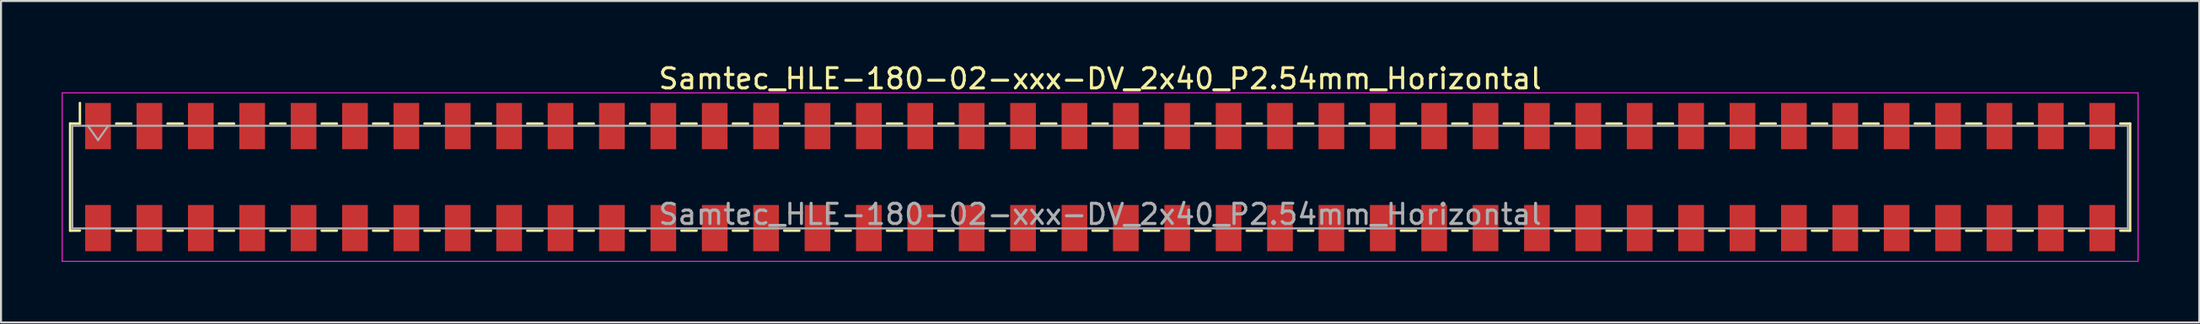
<source format=kicad_pcb>
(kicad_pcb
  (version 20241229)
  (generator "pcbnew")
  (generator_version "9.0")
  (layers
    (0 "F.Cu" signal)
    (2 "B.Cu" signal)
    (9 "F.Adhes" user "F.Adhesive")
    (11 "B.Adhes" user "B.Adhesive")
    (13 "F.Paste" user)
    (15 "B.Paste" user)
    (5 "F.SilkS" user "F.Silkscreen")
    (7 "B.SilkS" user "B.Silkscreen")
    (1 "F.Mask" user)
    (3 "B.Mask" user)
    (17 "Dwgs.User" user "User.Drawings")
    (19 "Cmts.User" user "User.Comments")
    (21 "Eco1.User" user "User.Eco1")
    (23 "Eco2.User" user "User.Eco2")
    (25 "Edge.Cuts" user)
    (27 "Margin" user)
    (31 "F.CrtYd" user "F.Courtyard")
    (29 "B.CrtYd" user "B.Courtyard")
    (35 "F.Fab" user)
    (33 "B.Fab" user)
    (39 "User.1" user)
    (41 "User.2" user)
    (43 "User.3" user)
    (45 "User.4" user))
  (footprint "Samtec_HLE-180-02-xxx-DV_2x40_P2.54mm_Horizontal"
    (layer "F.Cu")
    (at 51.325 5.718)
    (property "Reference" "Samtec_HLE-180-02-xxx-DV_2x40_P2.54mm_Horizontal" (at 0 -4.87 0) (layer "F.SilkS") (effects (font (size 1 1) (thickness 0.15))))
    (attr smd)
    (fp_line (start -50.91 -2.65) (end -50.91 2.65) (stroke (width 0.12) (type solid)) (layer "F.SilkS"))
    (fp_line (start -50.91 2.65) (end -50.425 2.65) (stroke (width 0.12) (type solid)) (layer "F.SilkS"))
    (fp_line (start -50.425 -3.67) (end -50.425 -2.65) (stroke (width 0.12) (type solid)) (layer "F.SilkS"))
    (fp_line (start -50.425 -2.65) (end -50.91 -2.65) (stroke (width 0.12) (type solid)) (layer "F.SilkS"))
    (fp_line (start -48.635 -2.65) (end -47.885 -2.65) (stroke (width 0.12) (type solid)) (layer "F.SilkS"))
    (fp_line (start -48.635 2.65) (end -47.885 2.65) (stroke (width 0.12) (type solid)) (layer "F.SilkS"))
    (fp_line (start -46.095 -2.65) (end -45.345 -2.65) (stroke (width 0.12) (type solid)) (layer "F.SilkS"))
    (fp_line (start -46.095 2.65) (end -45.345 2.65) (stroke (width 0.12) (type solid)) (layer "F.SilkS"))
    (fp_line (start -43.555 -2.65) (end -42.805 -2.65) (stroke (width 0.12) (type solid)) (layer "F.SilkS"))
    (fp_line (start -43.555 2.65) (end -42.805 2.65) (stroke (width 0.12) (type solid)) (layer "F.SilkS"))
    (fp_line (start -41.015 -2.65) (end -40.265 -2.65) (stroke (width 0.12) (type solid)) (layer "F.SilkS"))
    (fp_line (start -41.015 2.65) (end -40.265 2.65) (stroke (width 0.12) (type solid)) (layer "F.SilkS"))
    (fp_line (start -38.475 -2.65) (end -37.725 -2.65) (stroke (width 0.12) (type solid)) (layer "F.SilkS"))
    (fp_line (start -38.475 2.65) (end -37.725 2.65) (stroke (width 0.12) (type solid)) (layer "F.SilkS"))
    (fp_line (start -35.935 -2.65) (end -35.185 -2.65) (stroke (width 0.12) (type solid)) (layer "F.SilkS"))
    (fp_line (start -35.935 2.65) (end -35.185 2.65) (stroke (width 0.12) (type solid)) (layer "F.SilkS"))
    (fp_line (start -33.395 -2.65) (end -32.645 -2.65) (stroke (width 0.12) (type solid)) (layer "F.SilkS"))
    (fp_line (start -33.395 2.65) (end -32.645 2.65) (stroke (width 0.12) (type solid)) (layer "F.SilkS"))
    (fp_line (start -30.855 -2.65) (end -30.105 -2.65) (stroke (width 0.12) (type solid)) (layer "F.SilkS"))
    (fp_line (start -30.855 2.65) (end -30.105 2.65) (stroke (width 0.12) (type solid)) (layer "F.SilkS"))
    (fp_line (start -28.315 -2.65) (end -27.565 -2.65) (stroke (width 0.12) (type solid)) (layer "F.SilkS"))
    (fp_line (start -28.315 2.65) (end -27.565 2.65) (stroke (width 0.12) (type solid)) (layer "F.SilkS"))
    (fp_line (start -25.775 -2.65) (end -25.025 -2.65) (stroke (width 0.12) (type solid)) (layer "F.SilkS"))
    (fp_line (start -25.775 2.65) (end -25.025 2.65) (stroke (width 0.12) (type solid)) (layer "F.SilkS"))
    (fp_line (start -23.235 -2.65) (end -22.485 -2.65) (stroke (width 0.12) (type solid)) (layer "F.SilkS"))
    (fp_line (start -23.235 2.65) (end -22.485 2.65) (stroke (width 0.12) (type solid)) (layer "F.SilkS"))
    (fp_line (start -20.695 -2.65) (end -19.945 -2.65) (stroke (width 0.12) (type solid)) (layer "F.SilkS"))
    (fp_line (start -20.695 2.65) (end -19.945 2.65) (stroke (width 0.12) (type solid)) (layer "F.SilkS"))
    (fp_line (start -18.155 -2.65) (end -17.405 -2.65) (stroke (width 0.12) (type solid)) (layer "F.SilkS"))
    (fp_line (start -18.155 2.65) (end -17.405 2.65) (stroke (width 0.12) (type solid)) (layer "F.SilkS"))
    (fp_line (start -15.615 -2.65) (end -14.865 -2.65) (stroke (width 0.12) (type solid)) (layer "F.SilkS"))
    (fp_line (start -15.615 2.65) (end -14.865 2.65) (stroke (width 0.12) (type solid)) (layer "F.SilkS"))
    (fp_line (start -13.075 -2.65) (end -12.325 -2.65) (stroke (width 0.12) (type solid)) (layer "F.SilkS"))
    (fp_line (start -13.075 2.65) (end -12.325 2.65) (stroke (width 0.12) (type solid)) (layer "F.SilkS"))
    (fp_line (start -10.535 -2.65) (end -9.785 -2.65) (stroke (width 0.12) (type solid)) (layer "F.SilkS"))
    (fp_line (start -10.535 2.65) (end -9.785 2.65) (stroke (width 0.12) (type solid)) (layer "F.SilkS"))
    (fp_line (start -7.995 -2.65) (end -7.245 -2.65) (stroke (width 0.12) (type solid)) (layer "F.SilkS"))
    (fp_line (start -7.995 2.65) (end -7.245 2.65) (stroke (width 0.12) (type solid)) (layer "F.SilkS"))
    (fp_line (start -5.455 -2.65) (end -4.705 -2.65) (stroke (width 0.12) (type solid)) (layer "F.SilkS"))
    (fp_line (start -5.455 2.65) (end -4.705 2.65) (stroke (width 0.12) (type solid)) (layer "F.SilkS"))
    (fp_line (start -2.915 -2.65) (end -2.165 -2.65) (stroke (width 0.12) (type solid)) (layer "F.SilkS"))
    (fp_line (start -2.915 2.65) (end -2.165 2.65) (stroke (width 0.12) (type solid)) (layer "F.SilkS"))
    (fp_line (start -0.375 -2.65) (end 0.375 -2.65) (stroke (width 0.12) (type solid)) (layer "F.SilkS"))
    (fp_line (start -0.375 2.65) (end 0.375 2.65) (stroke (width 0.12) (type solid)) (layer "F.SilkS"))
    (fp_line (start 2.165 -2.65) (end 2.915 -2.65) (stroke (width 0.12) (type solid)) (layer "F.SilkS"))
    (fp_line (start 2.165 2.65) (end 2.915 2.65) (stroke (width 0.12) (type solid)) (layer "F.SilkS"))
    (fp_line (start 4.705 -2.65) (end 5.455 -2.65) (stroke (width 0.12) (type solid)) (layer "F.SilkS"))
    (fp_line (start 4.705 2.65) (end 5.455 2.65) (stroke (width 0.12) (type solid)) (layer "F.SilkS"))
    (fp_line (start 7.245 -2.65) (end 7.995 -2.65) (stroke (width 0.12) (type solid)) (layer "F.SilkS"))
    (fp_line (start 7.245 2.65) (end 7.995 2.65) (stroke (width 0.12) (type solid)) (layer "F.SilkS"))
    (fp_line (start 9.785 -2.65) (end 10.535 -2.65) (stroke (width 0.12) (type solid)) (layer "F.SilkS"))
    (fp_line (start 9.785 2.65) (end 10.535 2.65) (stroke (width 0.12) (type solid)) (layer "F.SilkS"))
    (fp_line (start 12.325 -2.65) (end 13.075 -2.65) (stroke (width 0.12) (type solid)) (layer "F.SilkS"))
    (fp_line (start 12.325 2.65) (end 13.075 2.65) (stroke (width 0.12) (type solid)) (layer "F.SilkS"))
    (fp_line (start 14.865 -2.65) (end 15.615 -2.65) (stroke (width 0.12) (type solid)) (layer "F.SilkS"))
    (fp_line (start 14.865 2.65) (end 15.615 2.65) (stroke (width 0.12) (type solid)) (layer "F.SilkS"))
    (fp_line (start 17.405 -2.65) (end 18.155 -2.65) (stroke (width 0.12) (type solid)) (layer "F.SilkS"))
    (fp_line (start 17.405 2.65) (end 18.155 2.65) (stroke (width 0.12) (type solid)) (layer "F.SilkS"))
    (fp_line (start 19.945 -2.65) (end 20.695 -2.65) (stroke (width 0.12) (type solid)) (layer "F.SilkS"))
    (fp_line (start 19.945 2.65) (end 20.695 2.65) (stroke (width 0.12) (type solid)) (layer "F.SilkS"))
    (fp_line (start 22.485 -2.65) (end 23.235 -2.65) (stroke (width 0.12) (type solid)) (layer "F.SilkS"))
    (fp_line (start 22.485 2.65) (end 23.235 2.65) (stroke (width 0.12) (type solid)) (layer "F.SilkS"))
    (fp_line (start 25.025 -2.65) (end 25.775 -2.65) (stroke (width 0.12) (type solid)) (layer "F.SilkS"))
    (fp_line (start 25.025 2.65) (end 25.775 2.65) (stroke (width 0.12) (type solid)) (layer "F.SilkS"))
    (fp_line (start 27.565 -2.65) (end 28.315 -2.65) (stroke (width 0.12) (type solid)) (layer "F.SilkS"))
    (fp_line (start 27.565 2.65) (end 28.315 2.65) (stroke (width 0.12) (type solid)) (layer "F.SilkS"))
    (fp_line (start 30.105 -2.65) (end 30.855 -2.65) (stroke (width 0.12) (type solid)) (layer "F.SilkS"))
    (fp_line (start 30.105 2.65) (end 30.855 2.65) (stroke (width 0.12) (type solid)) (layer "F.SilkS"))
    (fp_line (start 32.645 -2.65) (end 33.395 -2.65) (stroke (width 0.12) (type solid)) (layer "F.SilkS"))
    (fp_line (start 32.645 2.65) (end 33.395 2.65) (stroke (width 0.12) (type solid)) (layer "F.SilkS"))
    (fp_line (start 35.185 -2.65) (end 35.935 -2.65) (stroke (width 0.12) (type solid)) (layer "F.SilkS"))
    (fp_line (start 35.185 2.65) (end 35.935 2.65) (stroke (width 0.12) (type solid)) (layer "F.SilkS"))
    (fp_line (start 37.725 -2.65) (end 38.475 -2.65) (stroke (width 0.12) (type solid)) (layer "F.SilkS"))
    (fp_line (start 37.725 2.65) (end 38.475 2.65) (stroke (width 0.12) (type solid)) (layer "F.SilkS"))
    (fp_line (start 40.265 -2.65) (end 41.015 -2.65) (stroke (width 0.12) (type solid)) (layer "F.SilkS"))
    (fp_line (start 40.265 2.65) (end 41.015 2.65) (stroke (width 0.12) (type solid)) (layer "F.SilkS"))
    (fp_line (start 42.805 -2.65) (end 43.555 -2.65) (stroke (width 0.12) (type solid)) (layer "F.SilkS"))
    (fp_line (start 42.805 2.65) (end 43.555 2.65) (stroke (width 0.12) (type solid)) (layer "F.SilkS"))
    (fp_line (start 45.345 -2.65) (end 46.095 -2.65) (stroke (width 0.12) (type solid)) (layer "F.SilkS"))
    (fp_line (start 45.345 2.65) (end 46.095 2.65) (stroke (width 0.12) (type solid)) (layer "F.SilkS"))
    (fp_line (start 47.885 -2.65) (end 48.635 -2.65) (stroke (width 0.12) (type solid)) (layer "F.SilkS"))
    (fp_line (start 47.885 2.65) (end 48.635 2.65) (stroke (width 0.12) (type solid)) (layer "F.SilkS"))
    (fp_line (start 50.425 -2.65) (end 50.91 -2.65) (stroke (width 0.12) (type solid)) (layer "F.SilkS"))
    (fp_line (start 50.91 -2.65) (end 50.91 2.65) (stroke (width 0.12) (type solid)) (layer "F.SilkS"))
    (fp_line (start 50.91 2.65) (end 50.425 2.65) (stroke (width 0.12) (type solid)) (layer "F.SilkS"))
    (fp_line (start -51.3 -4.17) (end 51.3 -4.17) (stroke (width 0.05) (type solid)) (layer "F.CrtYd"))
    (fp_line (start -51.3 4.17) (end -51.3 -4.17) (stroke (width 0.05) (type solid)) (layer "F.CrtYd"))
    (fp_line (start 51.3 -4.17) (end 51.3 4.17) (stroke (width 0.05) (type solid)) (layer "F.CrtYd"))
    (fp_line (start 51.3 4.17) (end -51.3 4.17) (stroke (width 0.05) (type solid)) (layer "F.CrtYd"))
    (fp_line (start -50.8 -2.54) (end 50.8 -2.54) (stroke (width 0.1) (type solid)) (layer "F.Fab"))
    (fp_line (start -50.8 2.54) (end -50.8 -2.54) (stroke (width 0.1) (type solid)) (layer "F.Fab"))
    (fp_line (start -50.03 -2.54) (end -49.53 -1.833) (stroke (width 0.1) (type solid)) (layer "F.Fab"))
    (fp_line (start -49.53 -1.833) (end -49.03 -2.54) (stroke (width 0.1) (type solid)) (layer "F.Fab"))
    (fp_line (start 50.8 -2.54) (end 50.8 2.54) (stroke (width 0.1) (type solid)) (layer "F.Fab"))
    (fp_line (start 50.8 2.54) (end -50.8 2.54) (stroke (width 0.1) (type solid)) (layer "F.Fab"))
    (fp_text user "${REFERENCE}" (at 0 1.84 0) (layer "F.Fab") (effects (font (size 1 1) (thickness 0.15))))
    (pad "1" smd rect (at -49.53 -2.525) (size 1.27 2.29) (layers "F.Cu" "F.Mask" "F.Paste"))
    (pad "2" smd rect (at -49.53 2.525) (size 1.27 2.29) (layers "F.Cu" "F.Mask" "F.Paste"))
    (pad "3" smd rect (at -46.99 -2.525) (size 1.27 2.29) (layers "F.Cu" "F.Mask" "F.Paste"))
    (pad "4" smd rect (at -46.99 2.525) (size 1.27 2.29) (layers "F.Cu" "F.Mask" "F.Paste"))
    (pad "5" smd rect (at -44.45 -2.525) (size 1.27 2.29) (layers "F.Cu" "F.Mask" "F.Paste"))
    (pad "6" smd rect (at -44.45 2.525) (size 1.27 2.29) (layers "F.Cu" "F.Mask" "F.Paste"))
    (pad "7" smd rect (at -41.91 -2.525) (size 1.27 2.29) (layers "F.Cu" "F.Mask" "F.Paste"))
    (pad "8" smd rect (at -41.91 2.525) (size 1.27 2.29) (layers "F.Cu" "F.Mask" "F.Paste"))
    (pad "9" smd rect (at -39.37 -2.525) (size 1.27 2.29) (layers "F.Cu" "F.Mask" "F.Paste"))
    (pad "10" smd rect (at -39.37 2.525) (size 1.27 2.29) (layers "F.Cu" "F.Mask" "F.Paste"))
    (pad "11" smd rect (at -36.83 -2.525) (size 1.27 2.29) (layers "F.Cu" "F.Mask" "F.Paste"))
    (pad "12" smd rect (at -36.83 2.525) (size 1.27 2.29) (layers "F.Cu" "F.Mask" "F.Paste"))
    (pad "13" smd rect (at -34.29 -2.525) (size 1.27 2.29) (layers "F.Cu" "F.Mask" "F.Paste"))
    (pad "14" smd rect (at -34.29 2.525) (size 1.27 2.29) (layers "F.Cu" "F.Mask" "F.Paste"))
    (pad "15" smd rect (at -31.75 -2.525) (size 1.27 2.29) (layers "F.Cu" "F.Mask" "F.Paste"))
    (pad "16" smd rect (at -31.75 2.525) (size 1.27 2.29) (layers "F.Cu" "F.Mask" "F.Paste"))
    (pad "17" smd rect (at -29.21 -2.525) (size 1.27 2.29) (layers "F.Cu" "F.Mask" "F.Paste"))
    (pad "18" smd rect (at -29.21 2.525) (size 1.27 2.29) (layers "F.Cu" "F.Mask" "F.Paste"))
    (pad "19" smd rect (at -26.67 -2.525) (size 1.27 2.29) (layers "F.Cu" "F.Mask" "F.Paste"))
    (pad "20" smd rect (at -26.67 2.525) (size 1.27 2.29) (layers "F.Cu" "F.Mask" "F.Paste"))
    (pad "21" smd rect (at -24.13 -2.525) (size 1.27 2.29) (layers "F.Cu" "F.Mask" "F.Paste"))
    (pad "22" smd rect (at -24.13 2.525) (size 1.27 2.29) (layers "F.Cu" "F.Mask" "F.Paste"))
    (pad "23" smd rect (at -21.59 -2.525) (size 1.27 2.29) (layers "F.Cu" "F.Mask" "F.Paste"))
    (pad "24" smd rect (at -21.59 2.525) (size 1.27 2.29) (layers "F.Cu" "F.Mask" "F.Paste"))
    (pad "25" smd rect (at -19.05 -2.525) (size 1.27 2.29) (layers "F.Cu" "F.Mask" "F.Paste"))
    (pad "26" smd rect (at -19.05 2.525) (size 1.27 2.29) (layers "F.Cu" "F.Mask" "F.Paste"))
    (pad "27" smd rect (at -16.51 -2.525) (size 1.27 2.29) (layers "F.Cu" "F.Mask" "F.Paste"))
    (pad "28" smd rect (at -16.51 2.525) (size 1.27 2.29) (layers "F.Cu" "F.Mask" "F.Paste"))
    (pad "29" smd rect (at -13.97 -2.525) (size 1.27 2.29) (layers "F.Cu" "F.Mask" "F.Paste"))
    (pad "30" smd rect (at -13.97 2.525) (size 1.27 2.29) (layers "F.Cu" "F.Mask" "F.Paste"))
    (pad "31" smd rect (at -11.43 -2.525) (size 1.27 2.29) (layers "F.Cu" "F.Mask" "F.Paste"))
    (pad "32" smd rect (at -11.43 2.525) (size 1.27 2.29) (layers "F.Cu" "F.Mask" "F.Paste"))
    (pad "33" smd rect (at -8.89 -2.525) (size 1.27 2.29) (layers "F.Cu" "F.Mask" "F.Paste"))
    (pad "34" smd rect (at -8.89 2.525) (size 1.27 2.29) (layers "F.Cu" "F.Mask" "F.Paste"))
    (pad "35" smd rect (at -6.35 -2.525) (size 1.27 2.29) (layers "F.Cu" "F.Mask" "F.Paste"))
    (pad "36" smd rect (at -6.35 2.525) (size 1.27 2.29) (layers "F.Cu" "F.Mask" "F.Paste"))
    (pad "37" smd rect (at -3.81 -2.525) (size 1.27 2.29) (layers "F.Cu" "F.Mask" "F.Paste"))
    (pad "38" smd rect (at -3.81 2.525) (size 1.27 2.29) (layers "F.Cu" "F.Mask" "F.Paste"))
    (pad "39" smd rect (at -1.27 -2.525) (size 1.27 2.29) (layers "F.Cu" "F.Mask" "F.Paste"))
    (pad "40" smd rect (at -1.27 2.525) (size 1.27 2.29) (layers "F.Cu" "F.Mask" "F.Paste"))
    (pad "41" smd rect (at 1.27 -2.525) (size 1.27 2.29) (layers "F.Cu" "F.Mask" "F.Paste"))
    (pad "42" smd rect (at 1.27 2.525) (size 1.27 2.29) (layers "F.Cu" "F.Mask" "F.Paste"))
    (pad "43" smd rect (at 3.81 -2.525) (size 1.27 2.29) (layers "F.Cu" "F.Mask" "F.Paste"))
    (pad "44" smd rect (at 3.81 2.525) (size 1.27 2.29) (layers "F.Cu" "F.Mask" "F.Paste"))
    (pad "45" smd rect (at 6.35 -2.525) (size 1.27 2.29) (layers "F.Cu" "F.Mask" "F.Paste"))
    (pad "46" smd rect (at 6.35 2.525) (size 1.27 2.29) (layers "F.Cu" "F.Mask" "F.Paste"))
    (pad "47" smd rect (at 8.89 -2.525) (size 1.27 2.29) (layers "F.Cu" "F.Mask" "F.Paste"))
    (pad "48" smd rect (at 8.89 2.525) (size 1.27 2.29) (layers "F.Cu" "F.Mask" "F.Paste"))
    (pad "49" smd rect (at 11.43 -2.525) (size 1.27 2.29) (layers "F.Cu" "F.Mask" "F.Paste"))
    (pad "50" smd rect (at 11.43 2.525) (size 1.27 2.29) (layers "F.Cu" "F.Mask" "F.Paste"))
    (pad "51" smd rect (at 13.97 -2.525) (size 1.27 2.29) (layers "F.Cu" "F.Mask" "F.Paste"))
    (pad "52" smd rect (at 13.97 2.525) (size 1.27 2.29) (layers "F.Cu" "F.Mask" "F.Paste"))
    (pad "53" smd rect (at 16.51 -2.525) (size 1.27 2.29) (layers "F.Cu" "F.Mask" "F.Paste"))
    (pad "54" smd rect (at 16.51 2.525) (size 1.27 2.29) (layers "F.Cu" "F.Mask" "F.Paste"))
    (pad "55" smd rect (at 19.05 -2.525) (size 1.27 2.29) (layers "F.Cu" "F.Mask" "F.Paste"))
    (pad "56" smd rect (at 19.05 2.525) (size 1.27 2.29) (layers "F.Cu" "F.Mask" "F.Paste"))
    (pad "57" smd rect (at 21.59 -2.525) (size 1.27 2.29) (layers "F.Cu" "F.Mask" "F.Paste"))
    (pad "58" smd rect (at 21.59 2.525) (size 1.27 2.29) (layers "F.Cu" "F.Mask" "F.Paste"))
    (pad "59" smd rect (at 24.13 -2.525) (size 1.27 2.29) (layers "F.Cu" "F.Mask" "F.Paste"))
    (pad "60" smd rect (at 24.13 2.525) (size 1.27 2.29) (layers "F.Cu" "F.Mask" "F.Paste"))
    (pad "61" smd rect (at 26.67 -2.525) (size 1.27 2.29) (layers "F.Cu" "F.Mask" "F.Paste"))
    (pad "62" smd rect (at 26.67 2.525) (size 1.27 2.29) (layers "F.Cu" "F.Mask" "F.Paste"))
    (pad "63" smd rect (at 29.21 -2.525) (size 1.27 2.29) (layers "F.Cu" "F.Mask" "F.Paste"))
    (pad "64" smd rect (at 29.21 2.525) (size 1.27 2.29) (layers "F.Cu" "F.Mask" "F.Paste"))
    (pad "65" smd rect (at 31.75 -2.525) (size 1.27 2.29) (layers "F.Cu" "F.Mask" "F.Paste"))
    (pad "66" smd rect (at 31.75 2.525) (size 1.27 2.29) (layers "F.Cu" "F.Mask" "F.Paste"))
    (pad "67" smd rect (at 34.29 -2.525) (size 1.27 2.29) (layers "F.Cu" "F.Mask" "F.Paste"))
    (pad "68" smd rect (at 34.29 2.525) (size 1.27 2.29) (layers "F.Cu" "F.Mask" "F.Paste"))
    (pad "69" smd rect (at 36.83 -2.525) (size 1.27 2.29) (layers "F.Cu" "F.Mask" "F.Paste"))
    (pad "70" smd rect (at 36.83 2.525) (size 1.27 2.29) (layers "F.Cu" "F.Mask" "F.Paste"))
    (pad "71" smd rect (at 39.37 -2.525) (size 1.27 2.29) (layers "F.Cu" "F.Mask" "F.Paste"))
    (pad "72" smd rect (at 39.37 2.525) (size 1.27 2.29) (layers "F.Cu" "F.Mask" "F.Paste"))
    (pad "73" smd rect (at 41.91 -2.525) (size 1.27 2.29) (layers "F.Cu" "F.Mask" "F.Paste"))
    (pad "74" smd rect (at 41.91 2.525) (size 1.27 2.29) (layers "F.Cu" "F.Mask" "F.Paste"))
    (pad "75" smd rect (at 44.45 -2.525) (size 1.27 2.29) (layers "F.Cu" "F.Mask" "F.Paste"))
    (pad "76" smd rect (at 44.45 2.525) (size 1.27 2.29) (layers "F.Cu" "F.Mask" "F.Paste"))
    (pad "77" smd rect (at 46.99 -2.525) (size 1.27 2.29) (layers "F.Cu" "F.Mask" "F.Paste"))
    (pad "78" smd rect (at 46.99 2.525) (size 1.27 2.29) (layers "F.Cu" "F.Mask" "F.Paste"))
    (pad "79" smd rect (at 49.53 -2.525) (size 1.27 2.29) (layers "F.Cu" "F.Mask" "F.Paste"))
    (pad "80" smd rect (at 49.53 2.525) (size 1.27 2.29) (layers "F.Cu" "F.Mask" "F.Paste")))
  (gr_rect
    (start -3 -3)
    (end 105.65 12.913)
    (stroke (width 0.1) (type default))
    (fill no)
    (layer "Edge.Cuts")))
</source>
